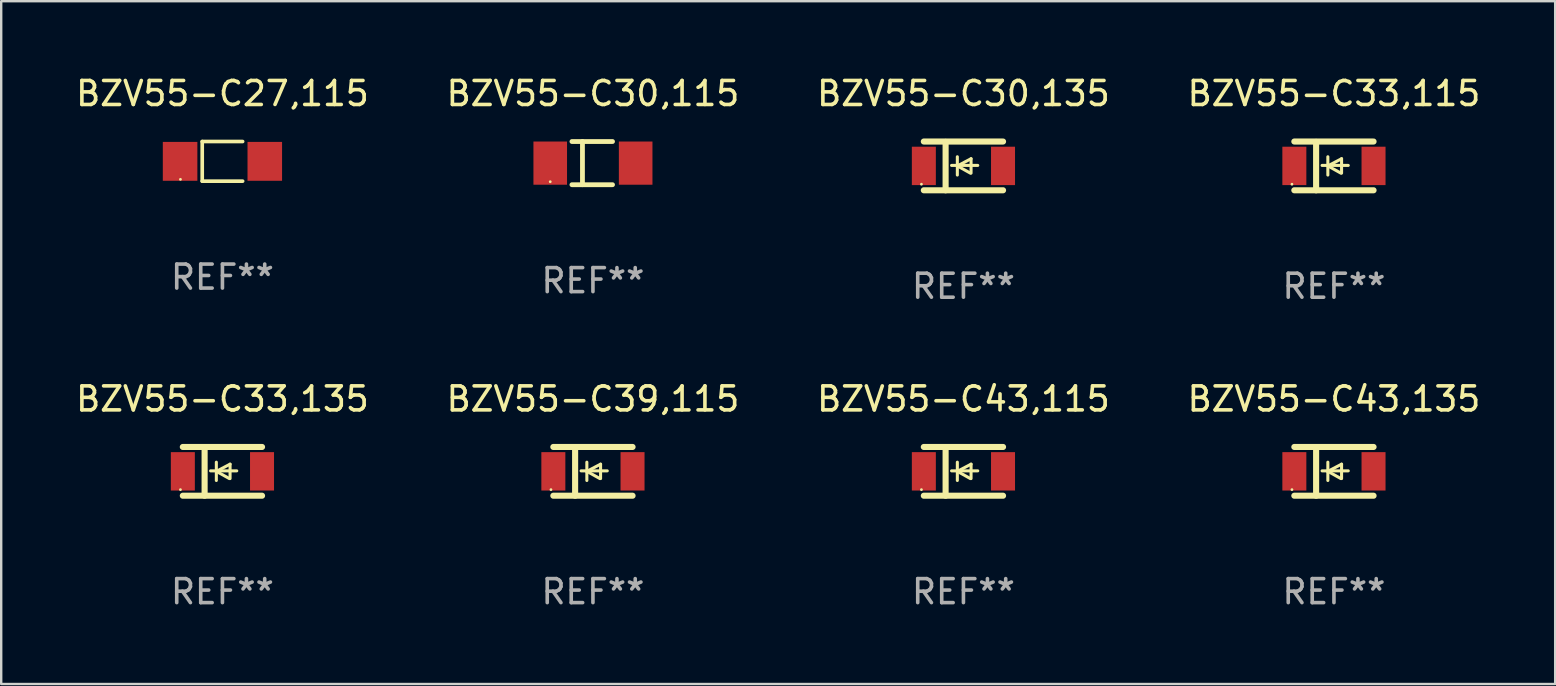
<source format=kicad_pcb>
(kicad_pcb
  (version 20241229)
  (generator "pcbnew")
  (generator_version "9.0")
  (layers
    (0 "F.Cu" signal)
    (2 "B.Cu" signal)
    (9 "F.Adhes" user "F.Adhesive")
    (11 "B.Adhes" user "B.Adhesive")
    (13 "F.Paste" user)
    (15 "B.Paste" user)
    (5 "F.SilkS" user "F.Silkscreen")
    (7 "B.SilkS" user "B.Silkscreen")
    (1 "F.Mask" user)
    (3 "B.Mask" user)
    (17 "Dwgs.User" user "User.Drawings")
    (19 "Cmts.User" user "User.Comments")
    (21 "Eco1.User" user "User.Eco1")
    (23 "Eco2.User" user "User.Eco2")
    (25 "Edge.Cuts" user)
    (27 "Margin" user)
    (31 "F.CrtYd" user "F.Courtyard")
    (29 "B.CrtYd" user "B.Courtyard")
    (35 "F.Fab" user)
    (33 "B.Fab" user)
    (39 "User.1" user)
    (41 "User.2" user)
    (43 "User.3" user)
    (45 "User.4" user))
  (footprint "BZV55-C30,135"
    (layer "F.Cu")
    (at 37.101 3.864)
    (property "Reference" "BZV55-C30,135" (at 0 -3.016 0) (layer "F.SilkS") (effects (font (size 1 1) (thickness 0.15))))
    (attr through_hole)
    (fp_line (start -1.651 -1.016) (end 1.651 -1.016) (stroke (width 0.254) (type solid)) (layer "F.SilkS"))
    (fp_line (start -1.651 1.016) (end 1.651 1.016) (stroke (width 0.254) (type solid)) (layer "F.SilkS"))
    (fp_line (start -0.743 -1) (end -0.743 1.016) (stroke (width 0.254) (type solid)) (layer "F.SilkS"))
    (fp_line (start -0.495 -0.02) (end 0.597 -0.02) (stroke (width 0.127) (type solid)) (layer "F.SilkS"))
    (fp_line (start -0.254 0) (end -0.254 -0.381) (stroke (width 0.127) (type solid)) (layer "F.SilkS"))
    (fp_line (start -0.254 0) (end -0.254 0.381) (stroke (width 0.127) (type solid)) (layer "F.SilkS"))
    (fp_line (start 0.288 0.301) (end -0.254 0) (stroke (width 0.127) (type solid)) (layer "F.SilkS"))
    (fp_line (start 0.318 -0.299) (end -0.254 0) (stroke (width 0.127) (type solid)) (layer "F.SilkS"))
    (fp_line (start 0.318 -0.299) (end 0.318 0.301) (stroke (width 0.127) (type solid)) (layer "F.SilkS"))
    (fp_circle (center -1.75 0.763) (end -1.72 0.763) (stroke (width 0.06) (type solid)) (fill no) (layer "F.SilkS"))
    (fp_text user "REF**" (at 0 5.016 0) (layer "F.Fab") (effects (font (size 1 1) (thickness 0.15))))
    (pad "1" smd rect (at -1.65 0 90) (size 1.6 1) (layers "F.Cu" "F.Mask" "F.Paste"))
    (pad "2" smd rect (at 1.65 0 90) (size 1.6 1) (layers "F.Cu" "F.Mask" "F.Paste")))
  (footprint "BZV55-C39,115"
    (layer "F.Cu")
    (at 21.661 16.593)
    (property "Reference" "BZV55-C39,115" (at 0 -3.016 0) (layer "F.SilkS") (effects (font (size 1 1) (thickness 0.15))))
    (attr through_hole)
    (fp_line (start -1.651 -1.016) (end 1.651 -1.016) (stroke (width 0.254) (type solid)) (layer "F.SilkS"))
    (fp_line (start -1.651 1.016) (end 1.651 1.016) (stroke (width 0.254) (type solid)) (layer "F.SilkS"))
    (fp_line (start -0.743 -1) (end -0.743 1.016) (stroke (width 0.254) (type solid)) (layer "F.SilkS"))
    (fp_line (start -0.495 -0.02) (end 0.597 -0.02) (stroke (width 0.127) (type solid)) (layer "F.SilkS"))
    (fp_line (start -0.254 0) (end -0.254 -0.381) (stroke (width 0.127) (type solid)) (layer "F.SilkS"))
    (fp_line (start -0.254 0) (end -0.254 0.381) (stroke (width 0.127) (type solid)) (layer "F.SilkS"))
    (fp_line (start 0.288 0.301) (end -0.254 0) (stroke (width 0.127) (type solid)) (layer "F.SilkS"))
    (fp_line (start 0.318 -0.299) (end -0.254 0) (stroke (width 0.127) (type solid)) (layer "F.SilkS"))
    (fp_line (start 0.318 -0.299) (end 0.318 0.301) (stroke (width 0.127) (type solid)) (layer "F.SilkS"))
    (fp_circle (center -1.75 0.763) (end -1.72 0.763) (stroke (width 0.06) (type solid)) (fill no) (layer "F.SilkS"))
    (fp_text user "REF**" (at 0 5.016 0) (layer "F.Fab") (effects (font (size 1 1) (thickness 0.15))))
    (pad "1" smd rect (at -1.65 0 90) (size 1.6 1) (layers "F.Cu" "F.Mask" "F.Paste"))
    (pad "2" smd rect (at 1.65 0 90) (size 1.6 1) (layers "F.Cu" "F.Mask" "F.Paste")))
  (footprint "BZV55-C43,115"
    (layer "F.Cu")
    (at 37.101 16.593)
    (property "Reference" "BZV55-C43,115" (at 0 -3.016 0) (layer "F.SilkS") (effects (font (size 1 1) (thickness 0.15))))
    (attr through_hole)
    (fp_line (start -1.651 -1.016) (end 1.651 -1.016) (stroke (width 0.254) (type solid)) (layer "F.SilkS"))
    (fp_line (start -1.651 1.016) (end 1.651 1.016) (stroke (width 0.254) (type solid)) (layer "F.SilkS"))
    (fp_line (start -0.743 -1) (end -0.743 1.016) (stroke (width 0.254) (type solid)) (layer "F.SilkS"))
    (fp_line (start -0.495 -0.02) (end 0.597 -0.02) (stroke (width 0.127) (type solid)) (layer "F.SilkS"))
    (fp_line (start -0.254 0) (end -0.254 -0.381) (stroke (width 0.127) (type solid)) (layer "F.SilkS"))
    (fp_line (start -0.254 0) (end -0.254 0.381) (stroke (width 0.127) (type solid)) (layer "F.SilkS"))
    (fp_line (start 0.288 0.301) (end -0.254 0) (stroke (width 0.127) (type solid)) (layer "F.SilkS"))
    (fp_line (start 0.318 -0.299) (end -0.254 0) (stroke (width 0.127) (type solid)) (layer "F.SilkS"))
    (fp_line (start 0.318 -0.299) (end 0.318 0.301) (stroke (width 0.127) (type solid)) (layer "F.SilkS"))
    (fp_circle (center -1.75 0.763) (end -1.72 0.763) (stroke (width 0.06) (type solid)) (fill no) (layer "F.SilkS"))
    (fp_text user "REF**" (at 0 5.016 0) (layer "F.Fab") (effects (font (size 1 1) (thickness 0.15))))
    (pad "1" smd rect (at -1.65 0 90) (size 1.6 1) (layers "F.Cu" "F.Mask" "F.Paste"))
    (pad "2" smd rect (at 1.65 0 90) (size 1.6 1) (layers "F.Cu" "F.Mask" "F.Paste")))
  (footprint "BZV55-C30,115"
    (layer "F.Cu")
    (at 21.661 3.748)
    (property "Reference" "BZV55-C30,115" (at 0 -2.9 0) (layer "F.SilkS") (effects (font (size 1 1) (thickness 0.15))))
    (attr through_hole)
    (fp_line (start -0.876 -0.9) (end 0.816 -0.9) (stroke (width 0.2) (type solid)) (layer "F.SilkS"))
    (fp_line (start -0.876 0.9) (end 0.816 0.9) (stroke (width 0.2) (type solid)) (layer "F.SilkS"))
    (fp_line (start -0.437 -0.9) (end -0.437 0.9) (stroke (width 0.2) (type solid)) (layer "F.SilkS"))
    (fp_circle (center -1.78 0.775) (end -1.75 0.775) (stroke (width 0.06) (type solid)) (fill no) (layer "F.SilkS"))
    (fp_text user "REF**" (at 0 4.9 0) (layer "F.Fab") (effects (font (size 1 1) (thickness 0.15))))
    (pad "1" smd rect (at -1.78 0.000127 180) (size 1.4 1.8) (layers "F.Cu" "F.Mask" "F.Paste"))
    (pad "2" smd rect (at 1.78 0.000127 180) (size 1.4 1.8) (layers "F.Cu" "F.Mask" "F.Paste")))
  (footprint "BZV55-C43,135"
    (layer "F.Cu")
    (at 52.542 16.593)
    (property "Reference" "BZV55-C43,135" (at 0 -3.016 0) (layer "F.SilkS") (effects (font (size 1 1) (thickness 0.15))))
    (attr through_hole)
    (fp_line (start -1.651 -1.016) (end 1.651 -1.016) (stroke (width 0.254) (type solid)) (layer "F.SilkS"))
    (fp_line (start -1.651 1.016) (end 1.651 1.016) (stroke (width 0.254) (type solid)) (layer "F.SilkS"))
    (fp_line (start -0.743 -1) (end -0.743 1.016) (stroke (width 0.254) (type solid)) (layer "F.SilkS"))
    (fp_line (start -0.495 -0.02) (end 0.597 -0.02) (stroke (width 0.127) (type solid)) (layer "F.SilkS"))
    (fp_line (start -0.254 0) (end -0.254 -0.381) (stroke (width 0.127) (type solid)) (layer "F.SilkS"))
    (fp_line (start -0.254 0) (end -0.254 0.381) (stroke (width 0.127) (type solid)) (layer "F.SilkS"))
    (fp_line (start 0.288 0.301) (end -0.254 0) (stroke (width 0.127) (type solid)) (layer "F.SilkS"))
    (fp_line (start 0.318 -0.299) (end -0.254 0) (stroke (width 0.127) (type solid)) (layer "F.SilkS"))
    (fp_line (start 0.318 -0.299) (end 0.318 0.301) (stroke (width 0.127) (type solid)) (layer "F.SilkS"))
    (fp_circle (center -1.75 0.763) (end -1.72 0.763) (stroke (width 0.06) (type solid)) (fill no) (layer "F.SilkS"))
    (fp_text user "REF**" (at 0 5.016 0) (layer "F.Fab") (effects (font (size 1 1) (thickness 0.15))))
    (pad "1" smd rect (at -1.65 0 90) (size 1.6 1) (layers "F.Cu" "F.Mask" "F.Paste"))
    (pad "2" smd rect (at 1.65 0 90) (size 1.6 1) (layers "F.Cu" "F.Mask" "F.Paste")))
  (footprint "BZV55-C33,115"
    (layer "F.Cu")
    (at 52.542 3.864)
    (property "Reference" "BZV55-C33,115" (at 0 -3.016 0) (layer "F.SilkS") (effects (font (size 1 1) (thickness 0.15))))
    (attr through_hole)
    (fp_line (start -1.651 -1.016) (end 1.651 -1.016) (stroke (width 0.254) (type solid)) (layer "F.SilkS"))
    (fp_line (start -1.651 1.016) (end 1.651 1.016) (stroke (width 0.254) (type solid)) (layer "F.SilkS"))
    (fp_line (start -0.743 -1) (end -0.743 1.016) (stroke (width 0.254) (type solid)) (layer "F.SilkS"))
    (fp_line (start -0.495 -0.02) (end 0.597 -0.02) (stroke (width 0.127) (type solid)) (layer "F.SilkS"))
    (fp_line (start -0.254 0) (end -0.254 -0.381) (stroke (width 0.127) (type solid)) (layer "F.SilkS"))
    (fp_line (start -0.254 0) (end -0.254 0.381) (stroke (width 0.127) (type solid)) (layer "F.SilkS"))
    (fp_line (start 0.288 0.301) (end -0.254 0) (stroke (width 0.127) (type solid)) (layer "F.SilkS"))
    (fp_line (start 0.318 -0.299) (end -0.254 0) (stroke (width 0.127) (type solid)) (layer "F.SilkS"))
    (fp_line (start 0.318 -0.299) (end 0.318 0.301) (stroke (width 0.127) (type solid)) (layer "F.SilkS"))
    (fp_circle (center -1.75 0.763) (end -1.72 0.763) (stroke (width 0.06) (type solid)) (fill no) (layer "F.SilkS"))
    (fp_text user "REF**" (at 0 5.016 0) (layer "F.Fab") (effects (font (size 1 1) (thickness 0.15))))
    (pad "1" smd rect (at -1.65 0 90) (size 1.6 1) (layers "F.Cu" "F.Mask" "F.Paste"))
    (pad "2" smd rect (at 1.65 0 90) (size 1.6 1) (layers "F.Cu" "F.Mask" "F.Paste")))
  (footprint "BZV55-C33,135"
    (layer "F.Cu")
    (at 6.22 16.593)
    (property "Reference" "BZV55-C33,135" (at 0 -3.016 0) (layer "F.SilkS") (effects (font (size 1 1) (thickness 0.15))))
    (attr through_hole)
    (fp_line (start -1.651 -1.016) (end 1.651 -1.016) (stroke (width 0.254) (type solid)) (layer "F.SilkS"))
    (fp_line (start -1.651 1.016) (end 1.651 1.016) (stroke (width 0.254) (type solid)) (layer "F.SilkS"))
    (fp_line (start -0.743 -1) (end -0.743 1.016) (stroke (width 0.254) (type solid)) (layer "F.SilkS"))
    (fp_line (start -0.495 -0.02) (end 0.597 -0.02) (stroke (width 0.127) (type solid)) (layer "F.SilkS"))
    (fp_line (start -0.254 0) (end -0.254 -0.381) (stroke (width 0.127) (type solid)) (layer "F.SilkS"))
    (fp_line (start -0.254 0) (end -0.254 0.381) (stroke (width 0.127) (type solid)) (layer "F.SilkS"))
    (fp_line (start 0.288 0.301) (end -0.254 0) (stroke (width 0.127) (type solid)) (layer "F.SilkS"))
    (fp_line (start 0.318 -0.299) (end -0.254 0) (stroke (width 0.127) (type solid)) (layer "F.SilkS"))
    (fp_line (start 0.318 -0.299) (end 0.318 0.301) (stroke (width 0.127) (type solid)) (layer "F.SilkS"))
    (fp_circle (center -1.75 0.763) (end -1.72 0.763) (stroke (width 0.06) (type solid)) (fill no) (layer "F.SilkS"))
    (fp_text user "REF**" (at 0 5.016 0) (layer "F.Fab") (effects (font (size 1 1) (thickness 0.15))))
    (pad "1" smd rect (at -1.65 0 90) (size 1.6 1) (layers "F.Cu" "F.Mask" "F.Paste"))
    (pad "2" smd rect (at 1.65 0 90) (size 1.6 1) (layers "F.Cu" "F.Mask" "F.Paste")))
  (footprint "BZV55-C27,115"
    (layer "F.Cu")
    (at 6.22 3.674)
    (property "Reference" "BZV55-C27,115" (at 0 -2.826 0) (layer "F.SilkS") (effects (font (size 1 1) (thickness 0.15))))
    (attr through_hole)
    (fp_line (start -0.842 -0.826) (end -0.842 0.826) (stroke (width 0.152) (type solid)) (layer "F.SilkS"))
    (fp_line (start -0.842 -0.826) (end 0.842 -0.826) (stroke (width 0.152) (type solid)) (layer "F.SilkS"))
    (fp_line (start -0.842 0.826) (end 0.842 0.826) (stroke (width 0.152) (type solid)) (layer "F.SilkS"))
    (fp_circle (center -1.75 0.75) (end -1.72 0.75) (stroke (width 0.06) (type solid)) (fill no) (layer "F.SilkS"))
    (fp_text user "REF**" (at 0 4.826 0) (layer "F.Fab") (effects (font (size 1 1) (thickness 0.15))))
    (pad "1" smd rect (at -1.765 0) (size 1.44 1.62) (layers "F.Cu" "F.Mask" "F.Paste"))
    (pad "2" smd rect (at 1.765 0) (size 1.44 1.62) (layers "F.Cu" "F.Mask" "F.Paste")))
  (gr_rect
    (start -3 -3)
    (end 61.762 25.457)
    (stroke (width 0.1) (type default))
    (fill no)
    (layer "Edge.Cuts")))
</source>
